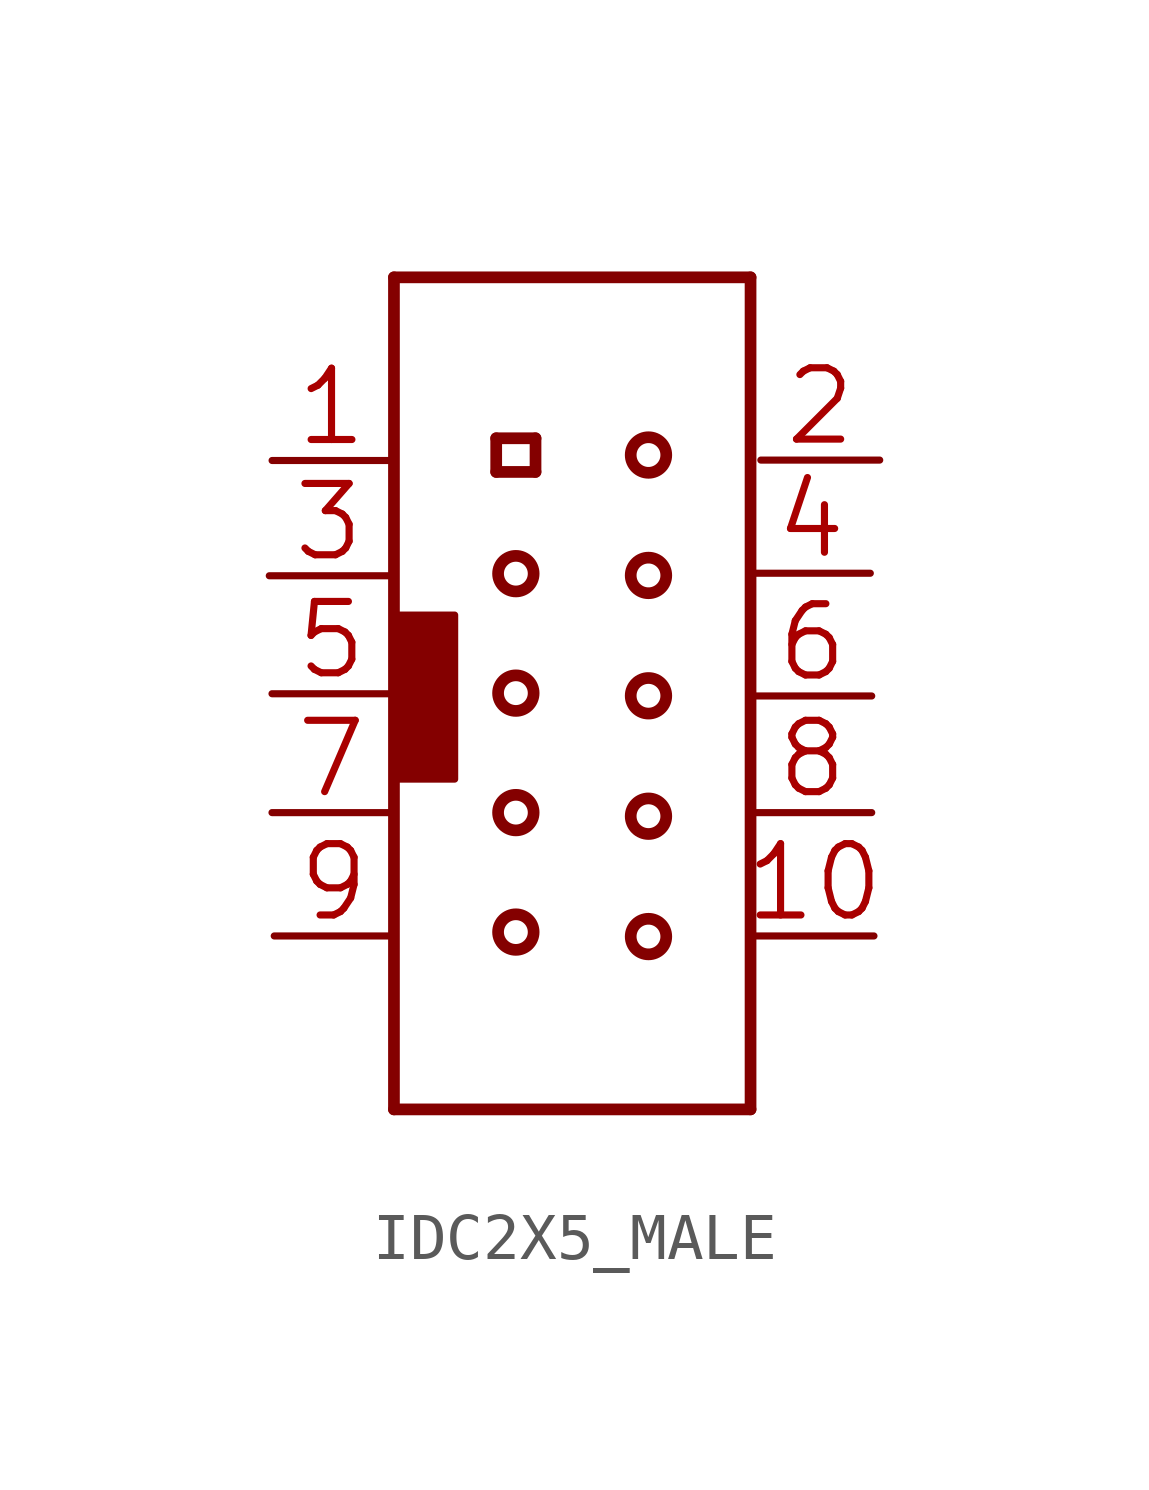
<source format=kicad_sym>
(kicad_symbol_lib
  (version 20241209)
  (generator "kicad_symbol_editor")
  (generator_version "9.0")
  (symbol "IDC2X5_MALE"
    (property "Reference" "J"
      (at 0 0 0)
      (effects (font (size 1.27 1.27)) (hide yes)))
    (property "ki_locked" ""
      (at 0 0 0)
      (effects (font (size 1.27 1.27))))
    (symbol "IDC2X5_MALE_1_0"
      (polyline (pts (xy -3.858 8.896) (xy 3.762 8.896)) (stroke (width 0.25) (type solid)) (fill (type none)))
      (polyline (pts (xy -3.858 -8.884) (xy -3.858 8.896)) (stroke (width 0.25) (type solid)) (fill (type none)))
      (rectangle (start -3.787 1.679) (end -2.561 -1.826) (stroke (width 0) (type default)) (fill (type outline)))
      (polyline (pts (xy -1.673 5.457) (xy -0.833 5.457)) (stroke (width 0.25) (type solid)) (fill (type none)))
      (polyline (pts (xy -1.673 4.738) (xy -1.673 5.457)) (stroke (width 0.25) (type solid)) (fill (type none)))
      (circle (center -1.253 2.564) (radius 0.38) (stroke (width 0.25) (type solid)) (fill (type none)))
      (circle (center -1.253 0.011) (radius 0.38) (stroke (width 0.25) (type solid)) (fill (type none)))
      (circle (center -1.253 -2.542) (radius 0.38) (stroke (width 0.25) (type solid)) (fill (type none)))
      (circle (center -1.253 -5.095) (radius 0.38) (stroke (width 0.25) (type solid)) (fill (type none)))
      (polyline (pts (xy -0.833 5.457) (xy -0.833 4.738)) (stroke (width 0.25) (type solid)) (fill (type none)))
      (polyline (pts (xy -0.833 4.738) (xy -1.673 4.738)) (stroke (width 0.25) (type solid)) (fill (type none)))
      (circle (center 1.581 5.099) (radius 0.38) (stroke (width 0.25) (type solid)) (fill (type none)))
      (circle (center 1.581 2.526) (radius 0.38) (stroke (width 0.25) (type solid)) (fill (type none)))
      (circle (center 1.581 -0.046) (radius 0.38) (stroke (width 0.25) (type solid)) (fill (type none)))
      (circle (center 1.581 -2.619) (radius 0.38) (stroke (width 0.25) (type solid)) (fill (type none)))
      (circle (center 1.581 -5.191) (radius 0.38) (stroke (width 0.25) (type solid)) (fill (type none)))
      (polyline (pts (xy 3.762 8.896) (xy 3.762 -8.884)) (stroke (width 0.25) (type solid)) (fill (type none)))
      (polyline (pts (xy 3.762 -8.884) (xy -3.858 -8.884)) (stroke (width 0.25) (type solid)) (fill (type none)))
      (pin passive line (at -6.522 2.519 0) (length 2.54) (name "P3" (effects (font (size 0 0)))) (number "3" (effects (font (size 1.524 1.524)))))
      (pin passive line (at -6.464 -0.002 0) (length 2.54) (name "P5" (effects (font (size 0 0)))) (number "5" (effects (font (size 1.524 1.524)))))
      (pin passive line (at -6.464 -2.542 0) (length 2.54) (name "P7" (effects (font (size 0 0)))) (number "7" (effects (font (size 1.524 1.524)))))
      (pin passive line (at -6.462 4.982 0) (length 2.54) (name "P1" (effects (font (size 0 0)))) (number "1" (effects (font (size 1.524 1.524)))))
      (pin passive line (at -6.416 -5.178 0) (length 2.54) (name "P9" (effects (font (size 0 0)))) (number "9" (effects (font (size 1.524 1.524)))))
      (pin passive line (at 6.321 2.573 180) (length 2.54) (name "P4" (effects (font (size 0 0)))) (number "4" (effects (font (size 1.524 1.524)))))
      (pin passive line (at 6.351 -0.05 180) (length 2.54) (name "P6" (effects (font (size 0 0)))) (number "6" (effects (font (size 1.524 1.524)))))
      (pin passive line (at 6.351 -2.542 180) (length 2.54) (name "P8" (effects (font (size 0 0)))) (number "8" (effects (font (size 1.524 1.524)))))
      (pin passive line (at 6.399 -5.178 180) (length 2.54) (name "P10" (effects (font (size 0 0)))) (number "10" (effects (font (size 1.524 1.524)))))
      (pin passive line (at 6.522 4.991 180) (length 2.54) (name "P2" (effects (font (size 0 0)))) (number "2" (effects (font (size 1.524 1.524))))))))
</source>
